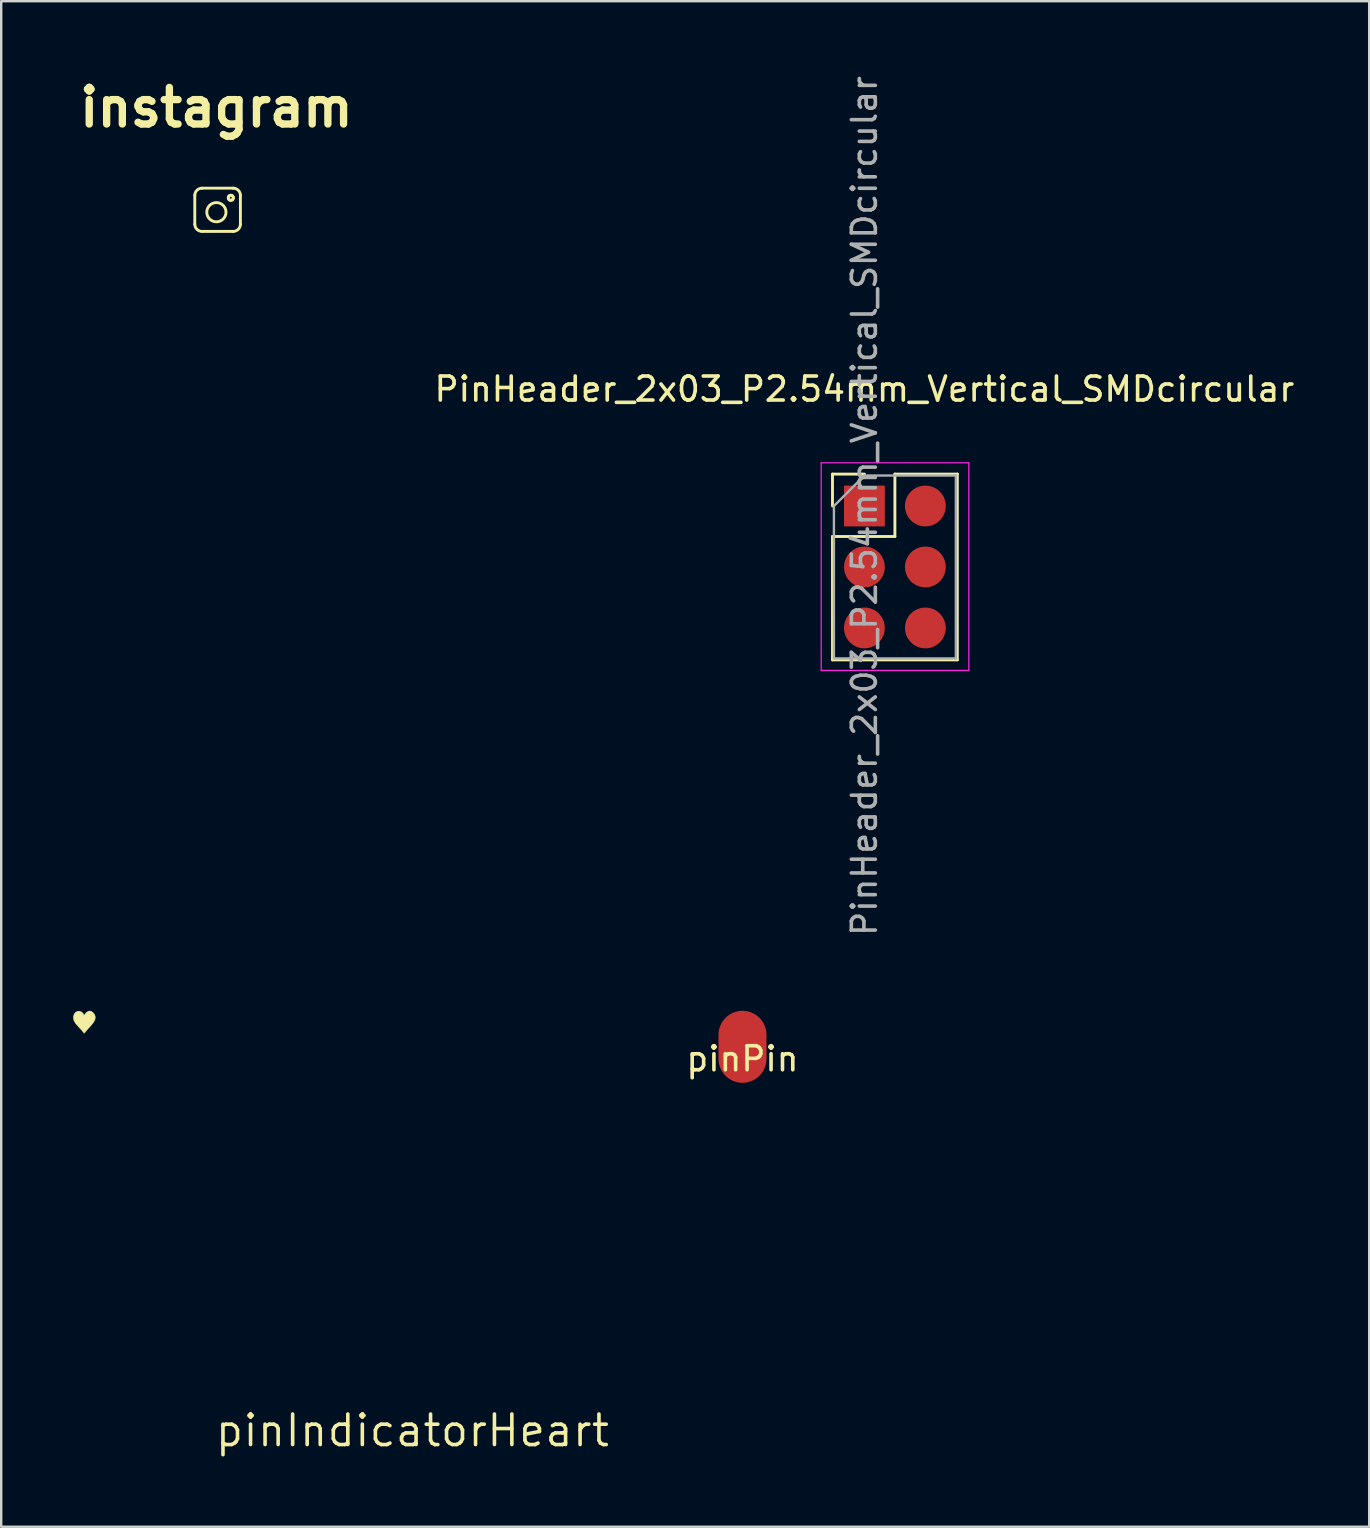
<source format=kicad_pcb>
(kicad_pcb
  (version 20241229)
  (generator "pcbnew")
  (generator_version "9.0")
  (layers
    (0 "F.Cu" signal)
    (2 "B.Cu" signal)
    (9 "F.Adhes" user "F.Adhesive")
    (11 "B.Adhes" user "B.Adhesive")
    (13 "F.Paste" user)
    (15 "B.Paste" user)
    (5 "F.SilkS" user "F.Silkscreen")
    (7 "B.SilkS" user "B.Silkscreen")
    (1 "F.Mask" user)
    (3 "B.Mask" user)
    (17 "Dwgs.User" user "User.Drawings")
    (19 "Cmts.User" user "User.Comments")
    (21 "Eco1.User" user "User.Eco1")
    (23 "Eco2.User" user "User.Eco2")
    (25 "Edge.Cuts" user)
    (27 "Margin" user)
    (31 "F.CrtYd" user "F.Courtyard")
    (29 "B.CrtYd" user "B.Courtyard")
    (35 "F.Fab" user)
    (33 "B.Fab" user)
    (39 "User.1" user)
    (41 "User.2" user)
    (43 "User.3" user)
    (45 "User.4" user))
  (footprint "pinPin"
    (layer "F.Cu")
    (at 27.882 40.56)
    (property "Reference" "pinPin" (at 0 0.5 0) (layer "F.SilkS") (effects (font (size 1 1) (thickness 0.15))))
    (attr through_hole)
    (pad "1" smd oval (at 0 0) (size 2 3) (layers "F.Cu" "F.Mask" "F.Paste")))
  (footprint "instagram"
    (layer "F.Cu")
    (at 5.965 5.79)
    (property "Reference" "instagram" (at 0 -4.364 0) (layer "F.SilkS") (effects (font (size 1.524 1.524) (thickness 0.305))))
    (attr smd)
    (fp_line (start -0.9 -0.7) (end -0.9 0.5) (stroke (width 0.12) (type solid)) (layer "F.SilkS"))
    (fp_line (start -0.6 -1) (end 0.7 -1) (stroke (width 0.12) (type solid)) (layer "F.SilkS"))
    (fp_line (start 0.7 0.8) (end -0.6 0.8) (stroke (width 0.12) (type solid)) (layer "F.SilkS"))
    (fp_line (start 1 0.5) (end 1 -0.7) (stroke (width 0.12) (type solid)) (layer "F.SilkS"))
    (fp_arc (start -0.9 -0.7) (mid -0.812132 -0.912132) (end -0.6 -1) (stroke (width 0.12) (type solid)) (layer "F.SilkS"))
    (fp_arc (start -0.6 0.8) (mid -0.812132 0.712132) (end -0.9 0.5) (stroke (width 0.12) (type solid)) (layer "F.SilkS"))
    (fp_arc (start 0.7 -1) (mid 0.912132 -0.912132) (end 1 -0.7) (stroke (width 0.12) (type solid)) (layer "F.SilkS"))
    (fp_arc (start 1 0.5) (mid 0.912132 0.712132) (end 0.7 0.8) (stroke (width 0.12) (type solid)) (layer "F.SilkS"))
    (fp_circle (center 0 0) (end 0.4 0) (stroke (width 0.12) (type solid)) (fill no) (layer "F.SilkS"))
    (fp_circle (center 0.6 -0.6) (end 0.65 -0.6) (stroke (width 0.12) (type solid)) (fill no) (layer "F.SilkS"))
    (fp_circle (center 0.6 -0.6) (end 0.7 -0.6) (stroke (width 0.12) (type solid)) (fill no) (layer "F.SilkS")))
  (footprint "PinHeader_2x03_P2.54mm_Vertical_SMDcircular"
    (layer "F.Cu")
    (at 32.961 18.03)
    (property "Reference" "PinHeader_2x03_P2.54mm_Vertical_SMDcircular" (at 0 -4.87 0) (layer "F.SilkS") (effects (font (size 1 1) (thickness 0.15))))
    (attr through_hole)
    (fp_line (start -1.33 -1.33) (end 0 -1.33) (stroke (width 0.12) (type solid)) (layer "F.SilkS"))
    (fp_line (start -1.33 0) (end -1.33 -1.33) (stroke (width 0.12) (type solid)) (layer "F.SilkS"))
    (fp_line (start -1.33 1.27) (end -1.33 6.41) (stroke (width 0.12) (type solid)) (layer "F.SilkS"))
    (fp_line (start -1.33 1.27) (end 1.27 1.27) (stroke (width 0.12) (type solid)) (layer "F.SilkS"))
    (fp_line (start -1.33 6.41) (end 3.87 6.41) (stroke (width 0.12) (type solid)) (layer "F.SilkS"))
    (fp_line (start 1.27 -1.33) (end 3.87 -1.33) (stroke (width 0.12) (type solid)) (layer "F.SilkS"))
    (fp_line (start 1.27 1.27) (end 1.27 -1.33) (stroke (width 0.12) (type solid)) (layer "F.SilkS"))
    (fp_line (start 3.87 -1.33) (end 3.87 6.41) (stroke (width 0.12) (type solid)) (layer "F.SilkS"))
    (fp_line (start -1.8 -1.8) (end -1.8 6.85) (stroke (width 0.05) (type solid)) (layer "F.CrtYd"))
    (fp_line (start -1.8 6.85) (end 4.35 6.85) (stroke (width 0.05) (type solid)) (layer "F.CrtYd"))
    (fp_line (start 4.35 -1.8) (end -1.8 -1.8) (stroke (width 0.05) (type solid)) (layer "F.CrtYd"))
    (fp_line (start 4.35 6.85) (end 4.35 -1.8) (stroke (width 0.05) (type solid)) (layer "F.CrtYd"))
    (fp_line (start -1.27 0) (end 0 -1.27) (stroke (width 0.1) (type solid)) (layer "F.Fab"))
    (fp_line (start -1.27 6.35) (end -1.27 0) (stroke (width 0.1) (type solid)) (layer "F.Fab"))
    (fp_line (start 0 -1.27) (end 3.81 -1.27) (stroke (width 0.1) (type solid)) (layer "F.Fab"))
    (fp_line (start 3.81 -1.27) (end 3.81 6.35) (stroke (width 0.1) (type solid)) (layer "F.Fab"))
    (fp_line (start 3.81 6.35) (end -1.27 6.35) (stroke (width 0.1) (type solid)) (layer "F.Fab"))
    (fp_text user "${REFERENCE}" (at 0 0 270) (layer "F.Fab") (effects (font (size 1 1) (thickness 0.15))))
    (pad "1" smd rect (at 0 0) (size 1.7 1.7) (layers "F.Cu" "F.Mask" "F.Paste"))
    (pad "2" smd oval (at 2.54 0) (size 1.7 1.7) (layers "F.Cu" "F.Mask" "F.Paste"))
    (pad "3" smd oval (at 0 2.54) (size 1.7 1.7) (layers "F.Cu" "F.Mask" "F.Paste"))
    (pad "4" smd oval (at 2.54 2.54) (size 1.7 1.7) (layers "F.Cu" "F.Mask" "F.Paste"))
    (pad "5" smd oval (at 0 5.08) (size 1.7 1.7) (layers "F.Cu" "F.Mask" "F.Paste"))
    (pad "6" smd oval (at 2.54 5.08) (size 1.7 1.7) (layers "F.Cu" "F.Mask" "F.Paste")))
  (footprint "pinIndicatorHeart"
    (layer "F.Cu")
    (at 14.131 56.548)
    (property "Reference" "pinIndicatorHeart" (at 0 0 0) (layer "F.SilkS") (effects (font (size 1.27 1.27) (thickness 0.15))))
    (attr through_hole)
    (fp_poly (pts (xy -13.367 -17.465) (xy -13.301 -17.415) (xy -13.247 -17.347) (xy -13.214 -17.27) (xy -13.208 -17.225) (xy -13.216 -17.148) (xy -13.242 -17.073) (xy -13.29 -16.993) (xy -13.365 -16.899) (xy -13.422 -16.836) (xy -13.493 -16.758) (xy -13.555 -16.688) (xy -13.602 -16.632) (xy -13.625 -16.602) (xy -13.657 -16.565) (xy -13.684 -16.552) (xy -13.695 -16.569) (xy -13.695 -16.569) (xy -13.708 -16.59) (xy -13.746 -16.636) (xy -13.801 -16.699) (xy -13.868 -16.772) (xy -13.872 -16.776) (xy -13.965 -16.879) (xy -14.032 -16.96) (xy -14.077 -17.028) (xy -14.106 -17.09) (xy -14.124 -17.153) (xy -14.125 -17.159) (xy -14.126 -17.257) (xy -14.096 -17.348) (xy -14.04 -17.422) (xy -13.964 -17.467) (xy -13.937 -17.475) (xy -13.857 -17.472) (xy -13.781 -17.44) (xy -13.723 -17.387) (xy -13.712 -17.366) (xy -13.687 -17.324) (xy -13.664 -17.321) (xy -13.636 -17.359) (xy -13.63 -17.369) (xy -13.577 -17.43) (xy -13.5 -17.472) (xy -13.434 -17.484) (xy -13.367 -17.465)) (stroke (width 0.01) (type solid)) (fill yes) (layer "F.SilkS")))
  (gr_rect
    (start -3 -3)
    (end 53.99 60.554)
    (stroke (width 0.1) (type default))
    (fill no)
    (layer "Edge.Cuts")))
</source>
